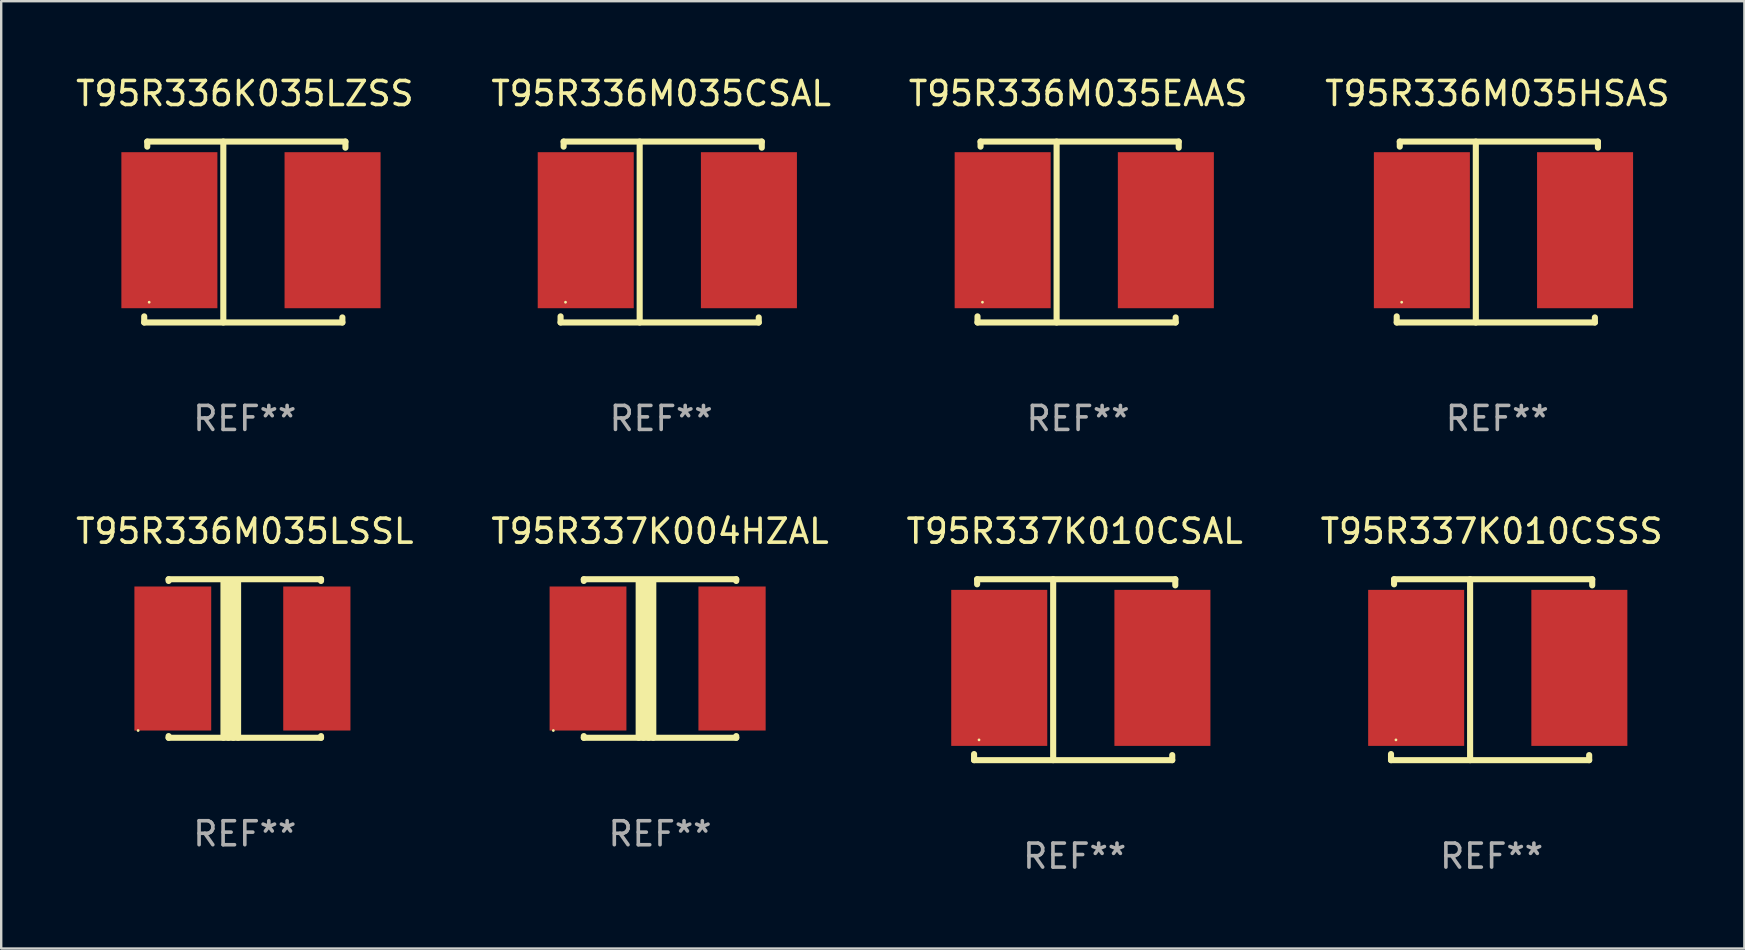
<source format=kicad_pcb>
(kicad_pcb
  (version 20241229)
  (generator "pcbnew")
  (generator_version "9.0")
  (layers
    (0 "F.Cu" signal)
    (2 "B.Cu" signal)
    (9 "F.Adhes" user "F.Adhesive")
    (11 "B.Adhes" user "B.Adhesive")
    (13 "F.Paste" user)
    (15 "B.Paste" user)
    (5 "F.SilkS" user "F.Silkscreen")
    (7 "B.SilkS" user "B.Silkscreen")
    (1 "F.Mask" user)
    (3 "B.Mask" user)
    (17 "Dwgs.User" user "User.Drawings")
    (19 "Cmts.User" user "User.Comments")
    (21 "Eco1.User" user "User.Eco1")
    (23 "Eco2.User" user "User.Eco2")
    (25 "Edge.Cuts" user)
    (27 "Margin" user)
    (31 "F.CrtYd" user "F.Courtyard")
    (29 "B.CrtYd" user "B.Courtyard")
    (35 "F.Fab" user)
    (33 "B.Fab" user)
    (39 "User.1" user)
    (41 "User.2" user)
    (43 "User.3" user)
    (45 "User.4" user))
  (footprint "T95R336K035LZSS"
    (layer "F.Cu")
    (at 7.149 6.616)
    (property "Reference" "T95R336K035LZSS" (at 0 -5.768 0) (layer "F.SilkS") (effects (font (size 1 1) (thickness 0.15))))
    (attr through_hole)
    (fp_line (start -4.191 3.768) (end -4.191 3.514) (stroke (width 0.254) (type solid)) (layer "F.SilkS"))
    (fp_line (start -4.064 -3.768) (end 4.191 -3.768) (stroke (width 0.254) (type solid)) (layer "F.SilkS"))
    (fp_line (start -4.064 -3.557) (end -4.064 -3.768) (stroke (width 0.254) (type solid)) (layer "F.SilkS"))
    (fp_line (start -0.896 -3.768) (end -0.896 3.768) (stroke (width 0.254) (type solid)) (layer "F.SilkS"))
    (fp_line (start 4.064 3.557) (end 4.064 3.768) (stroke (width 0.254) (type solid)) (layer "F.SilkS"))
    (fp_line (start 4.064 3.768) (end -4.191 3.768) (stroke (width 0.254) (type solid)) (layer "F.SilkS"))
    (fp_line (start 4.191 -3.768) (end 4.191 -3.514) (stroke (width 0.254) (type solid)) (layer "F.SilkS"))
    (fp_circle (center -3.985 2.924) (end -3.955 2.924) (stroke (width 0.06) (type solid)) (fill no) (layer "F.SilkS"))
    (fp_text user "REF**" (at 0 7.768 0) (layer "F.Fab") (effects (font (size 1 1) (thickness 0.15))))
    (pad "1" smd rect (at -3.143 -0.076 270) (size 6.5 4) (layers "F.Cu" "F.Mask" "F.Paste"))
    (pad "2" smd rect (at 3.655 -0.076 270) (size 6.5 4) (layers "F.Cu" "F.Mask" "F.Paste")))
  (footprint "T95R336M035HSAS"
    (layer "F.Cu")
    (at 59.327 6.616)
    (property "Reference" "T95R336M035HSAS" (at 0 -5.768 0) (layer "F.SilkS") (effects (font (size 1 1) (thickness 0.15))))
    (attr through_hole)
    (fp_line (start -4.191 3.768) (end -4.191 3.514) (stroke (width 0.254) (type solid)) (layer "F.SilkS"))
    (fp_line (start -4.064 -3.768) (end 4.191 -3.768) (stroke (width 0.254) (type solid)) (layer "F.SilkS"))
    (fp_line (start -4.064 -3.557) (end -4.064 -3.768) (stroke (width 0.254) (type solid)) (layer "F.SilkS"))
    (fp_line (start -0.896 -3.768) (end -0.896 3.768) (stroke (width 0.254) (type solid)) (layer "F.SilkS"))
    (fp_line (start 4.064 3.557) (end 4.064 3.768) (stroke (width 0.254) (type solid)) (layer "F.SilkS"))
    (fp_line (start 4.064 3.768) (end -4.191 3.768) (stroke (width 0.254) (type solid)) (layer "F.SilkS"))
    (fp_line (start 4.191 -3.768) (end 4.191 -3.514) (stroke (width 0.254) (type solid)) (layer "F.SilkS"))
    (fp_circle (center -3.985 2.924) (end -3.955 2.924) (stroke (width 0.06) (type solid)) (fill no) (layer "F.SilkS"))
    (fp_text user "REF**" (at 0 7.768 0) (layer "F.Fab") (effects (font (size 1 1) (thickness 0.15))))
    (pad "1" smd rect (at -3.143 -0.076 270) (size 6.5 4) (layers "F.Cu" "F.Mask" "F.Paste"))
    (pad "2" smd rect (at 3.655 -0.076 270) (size 6.5 4) (layers "F.Cu" "F.Mask" "F.Paste")))
  (footprint "T95R336M035EAAS"
    (layer "F.Cu")
    (at 41.863 6.616)
    (property "Reference" "T95R336M035EAAS" (at 0 -5.768 0) (layer "F.SilkS") (effects (font (size 1 1) (thickness 0.15))))
    (attr through_hole)
    (fp_line (start -4.191 3.768) (end -4.191 3.514) (stroke (width 0.254) (type solid)) (layer "F.SilkS"))
    (fp_line (start -4.064 -3.768) (end 4.191 -3.768) (stroke (width 0.254) (type solid)) (layer "F.SilkS"))
    (fp_line (start -4.064 -3.557) (end -4.064 -3.768) (stroke (width 0.254) (type solid)) (layer "F.SilkS"))
    (fp_line (start -0.896 -3.768) (end -0.896 3.768) (stroke (width 0.254) (type solid)) (layer "F.SilkS"))
    (fp_line (start 4.064 3.557) (end 4.064 3.768) (stroke (width 0.254) (type solid)) (layer "F.SilkS"))
    (fp_line (start 4.064 3.768) (end -4.191 3.768) (stroke (width 0.254) (type solid)) (layer "F.SilkS"))
    (fp_line (start 4.191 -3.768) (end 4.191 -3.514) (stroke (width 0.254) (type solid)) (layer "F.SilkS"))
    (fp_circle (center -3.985 2.924) (end -3.955 2.924) (stroke (width 0.06) (type solid)) (fill no) (layer "F.SilkS"))
    (fp_text user "REF**" (at 0 7.768 0) (layer "F.Fab") (effects (font (size 1 1) (thickness 0.15))))
    (pad "1" smd rect (at -3.143 -0.076 270) (size 6.5 4) (layers "F.Cu" "F.Mask" "F.Paste"))
    (pad "2" smd rect (at 3.655 -0.076 270) (size 6.5 4) (layers "F.Cu" "F.Mask" "F.Paste")))
  (footprint "T95R337K004HZAL"
    (layer "F.Cu")
    (at 24.446 24.383)
    (property "Reference" "T95R337K004HZAL" (at 0 -5.302 0) (layer "F.SilkS") (effects (font (size 1 1) (thickness 0.15))))
    (attr through_hole)
    (fp_line (start -3.175 -3.231) (end -3.175 -3.302) (stroke (width 0.254) (type solid)) (layer "F.SilkS"))
    (fp_line (start -3.175 3.302) (end -3.175 3.231) (stroke (width 0.254) (type solid)) (layer "F.SilkS"))
    (fp_line (start -3.175 3.302) (end 3.175 3.302) (stroke (width 0.254) (type solid)) (layer "F.SilkS"))
    (fp_line (start -0.889 -3.175) (end -0.889 3.302) (stroke (width 0.254) (type solid)) (layer "F.SilkS"))
    (fp_line (start -0.688 -3.175) (end -0.688 3.302) (stroke (width 0.254) (type solid)) (layer "F.SilkS"))
    (fp_line (start -0.478 -3.175) (end -0.478 3.302) (stroke (width 0.254) (type solid)) (layer "F.SilkS"))
    (fp_line (start -0.281 -3.175) (end -0.281 3.302) (stroke (width 0.254) (type solid)) (layer "F.SilkS"))
    (fp_line (start 3.175 -3.302) (end -3.175 -3.302) (stroke (width 0.254) (type solid)) (layer "F.SilkS"))
    (fp_line (start 3.175 -3.302) (end 3.175 -3.231) (stroke (width 0.254) (type solid)) (layer "F.SilkS"))
    (fp_line (start 3.175 3.231) (end 3.175 3.302) (stroke (width 0.254) (type solid)) (layer "F.SilkS"))
    (fp_circle (center -4.445 3) (end -4.415 3) (stroke (width 0.06) (type solid)) (fill no) (layer "F.SilkS"))
    (fp_text user "REF**" (at 0 7.302 0) (layer "F.Fab") (effects (font (size 1 1) (thickness 0.15))))
    (pad "1" smd rect (at -3 0) (size 3.2 6) (layers "F.Cu" "F.Mask" "F.Paste"))
    (pad "2" smd rect (at 3 0) (size 2.8 6) (layers "F.Cu" "F.Mask" "F.Paste")))
  (footprint "T95R336M035CSAL"
    (layer "F.Cu")
    (at 24.494 6.616)
    (property "Reference" "T95R336M035CSAL" (at 0 -5.768 0) (layer "F.SilkS") (effects (font (size 1 1) (thickness 0.15))))
    (attr through_hole)
    (fp_line (start -4.191 3.768) (end -4.191 3.514) (stroke (width 0.254) (type solid)) (layer "F.SilkS"))
    (fp_line (start -4.064 -3.768) (end 4.191 -3.768) (stroke (width 0.254) (type solid)) (layer "F.SilkS"))
    (fp_line (start -4.064 -3.557) (end -4.064 -3.768) (stroke (width 0.254) (type solid)) (layer "F.SilkS"))
    (fp_line (start -0.896 -3.768) (end -0.896 3.768) (stroke (width 0.254) (type solid)) (layer "F.SilkS"))
    (fp_line (start 4.064 3.557) (end 4.064 3.768) (stroke (width 0.254) (type solid)) (layer "F.SilkS"))
    (fp_line (start 4.064 3.768) (end -4.191 3.768) (stroke (width 0.254) (type solid)) (layer "F.SilkS"))
    (fp_line (start 4.191 -3.768) (end 4.191 -3.514) (stroke (width 0.254) (type solid)) (layer "F.SilkS"))
    (fp_circle (center -3.985 2.924) (end -3.955 2.924) (stroke (width 0.06) (type solid)) (fill no) (layer "F.SilkS"))
    (fp_text user "REF**" (at 0 7.768 0) (layer "F.Fab") (effects (font (size 1 1) (thickness 0.15))))
    (pad "1" smd rect (at -3.143 -0.076 270) (size 6.5 4) (layers "F.Cu" "F.Mask" "F.Paste"))
    (pad "2" smd rect (at 3.655 -0.076 270) (size 6.5 4) (layers "F.Cu" "F.Mask" "F.Paste")))
  (footprint "T95R337K010CSSS"
    (layer "F.Cu")
    (at 59.089 24.849)
    (property "Reference" "T95R337K010CSSS" (at 0 -5.768 0) (layer "F.SilkS") (effects (font (size 1 1) (thickness 0.15))))
    (attr through_hole)
    (fp_line (start -4.191 3.768) (end -4.191 3.514) (stroke (width 0.254) (type solid)) (layer "F.SilkS"))
    (fp_line (start -4.064 -3.768) (end 4.191 -3.768) (stroke (width 0.254) (type solid)) (layer "F.SilkS"))
    (fp_line (start -4.064 -3.557) (end -4.064 -3.768) (stroke (width 0.254) (type solid)) (layer "F.SilkS"))
    (fp_line (start -0.896 -3.768) (end -0.896 3.768) (stroke (width 0.254) (type solid)) (layer "F.SilkS"))
    (fp_line (start 4.064 3.557) (end 4.064 3.768) (stroke (width 0.254) (type solid)) (layer "F.SilkS"))
    (fp_line (start 4.064 3.768) (end -4.191 3.768) (stroke (width 0.254) (type solid)) (layer "F.SilkS"))
    (fp_line (start 4.191 -3.768) (end 4.191 -3.514) (stroke (width 0.254) (type solid)) (layer "F.SilkS"))
    (fp_circle (center -3.985 2.924) (end -3.955 2.924) (stroke (width 0.06) (type solid)) (fill no) (layer "F.SilkS"))
    (fp_text user "REF**" (at 0 7.768 0) (layer "F.Fab") (effects (font (size 1 1) (thickness 0.15))))
    (pad "1" smd rect (at -3.143 -0.076 270) (size 6.5 4) (layers "F.Cu" "F.Mask" "F.Paste"))
    (pad "2" smd rect (at 3.655 -0.076 270) (size 6.5 4) (layers "F.Cu" "F.Mask" "F.Paste")))
  (footprint "T95R337K010CSAL"
    (layer "F.Cu")
    (at 41.72 24.849)
    (property "Reference" "T95R337K010CSAL" (at 0 -5.768 0) (layer "F.SilkS") (effects (font (size 1 1) (thickness 0.15))))
    (attr through_hole)
    (fp_line (start -4.191 3.768) (end -4.191 3.514) (stroke (width 0.254) (type solid)) (layer "F.SilkS"))
    (fp_line (start -4.064 -3.768) (end 4.191 -3.768) (stroke (width 0.254) (type solid)) (layer "F.SilkS"))
    (fp_line (start -4.064 -3.557) (end -4.064 -3.768) (stroke (width 0.254) (type solid)) (layer "F.SilkS"))
    (fp_line (start -0.896 -3.768) (end -0.896 3.768) (stroke (width 0.254) (type solid)) (layer "F.SilkS"))
    (fp_line (start 4.064 3.557) (end 4.064 3.768) (stroke (width 0.254) (type solid)) (layer "F.SilkS"))
    (fp_line (start 4.064 3.768) (end -4.191 3.768) (stroke (width 0.254) (type solid)) (layer "F.SilkS"))
    (fp_line (start 4.191 -3.768) (end 4.191 -3.514) (stroke (width 0.254) (type solid)) (layer "F.SilkS"))
    (fp_circle (center -3.985 2.924) (end -3.955 2.924) (stroke (width 0.06) (type solid)) (fill no) (layer "F.SilkS"))
    (fp_text user "REF**" (at 0 7.768 0) (layer "F.Fab") (effects (font (size 1 1) (thickness 0.15))))
    (pad "1" smd rect (at -3.143 -0.076 270) (size 6.5 4) (layers "F.Cu" "F.Mask" "F.Paste"))
    (pad "2" smd rect (at 3.655 -0.076 270) (size 6.5 4) (layers "F.Cu" "F.Mask" "F.Paste")))
  (footprint "T95R336M035LSSL"
    (layer "F.Cu")
    (at 7.149 24.383)
    (property "Reference" "T95R336M035LSSL" (at 0 -5.302 0) (layer "F.SilkS") (effects (font (size 1 1) (thickness 0.15))))
    (attr through_hole)
    (fp_line (start -3.175 -3.231) (end -3.175 -3.302) (stroke (width 0.254) (type solid)) (layer "F.SilkS"))
    (fp_line (start -3.175 3.302) (end -3.175 3.231) (stroke (width 0.254) (type solid)) (layer "F.SilkS"))
    (fp_line (start -3.175 3.302) (end 3.175 3.302) (stroke (width 0.254) (type solid)) (layer "F.SilkS"))
    (fp_line (start -0.889 -3.175) (end -0.889 3.302) (stroke (width 0.254) (type solid)) (layer "F.SilkS"))
    (fp_line (start -0.688 -3.175) (end -0.688 3.302) (stroke (width 0.254) (type solid)) (layer "F.SilkS"))
    (fp_line (start -0.478 -3.175) (end -0.478 3.302) (stroke (width 0.254) (type solid)) (layer "F.SilkS"))
    (fp_line (start -0.281 -3.175) (end -0.281 3.302) (stroke (width 0.254) (type solid)) (layer "F.SilkS"))
    (fp_line (start 3.175 -3.302) (end -3.175 -3.302) (stroke (width 0.254) (type solid)) (layer "F.SilkS"))
    (fp_line (start 3.175 -3.302) (end 3.175 -3.231) (stroke (width 0.254) (type solid)) (layer "F.SilkS"))
    (fp_line (start 3.175 3.231) (end 3.175 3.302) (stroke (width 0.254) (type solid)) (layer "F.SilkS"))
    (fp_circle (center -4.445 3) (end -4.415 3) (stroke (width 0.06) (type solid)) (fill no) (layer "F.SilkS"))
    (fp_text user "REF**" (at 0 7.302 0) (layer "F.Fab") (effects (font (size 1 1) (thickness 0.15))))
    (pad "1" smd rect (at -3 0) (size 3.2 6) (layers "F.Cu" "F.Mask" "F.Paste"))
    (pad "2" smd rect (at 3 0) (size 2.8 6) (layers "F.Cu" "F.Mask" "F.Paste")))
  (gr_rect
    (start -3 -3)
    (end 69.619 36.465)
    (stroke (width 0.1) (type default))
    (fill no)
    (layer "Edge.Cuts")))
</source>
